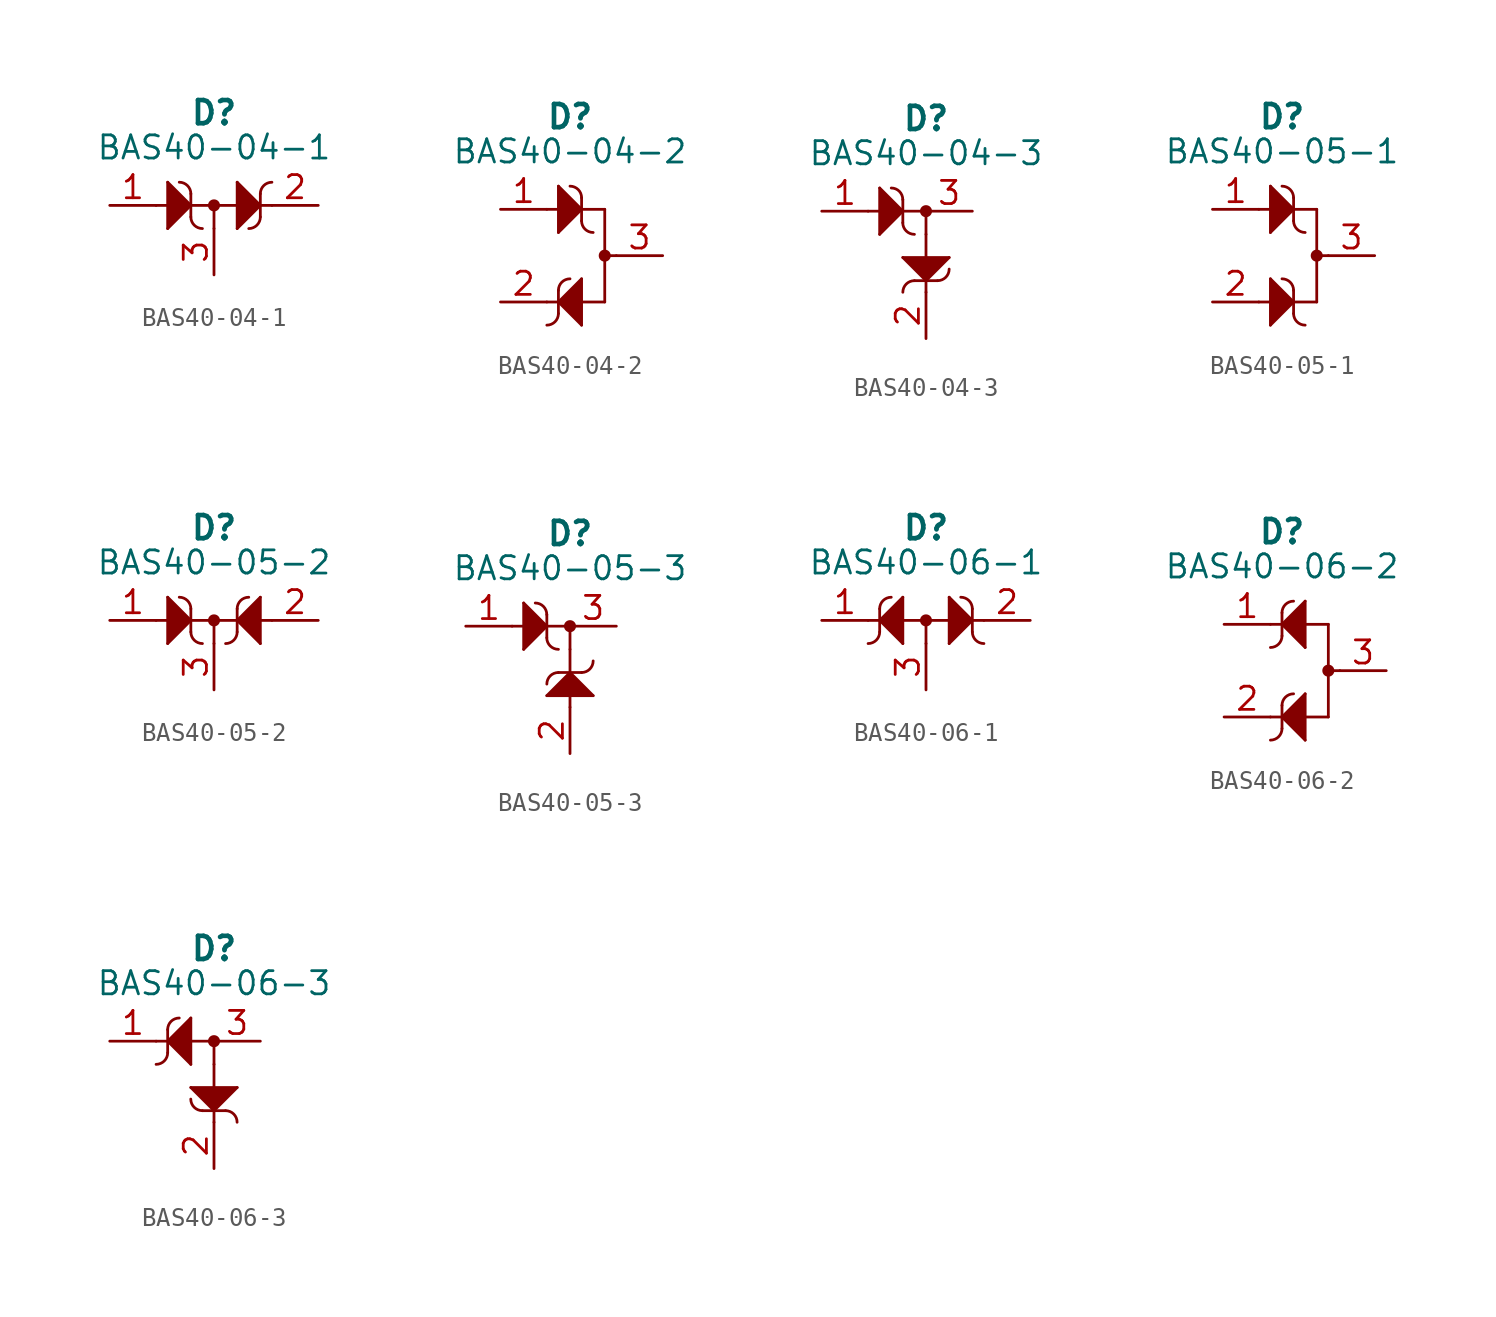
<source format=kicad_sym>
(kicad_symbol_lib
  (version 20231120)
  (generator "kicad_symbol_editor")
  (generator_version "8.0")
  (symbol "BAS40-04-1"
    (pin_names hide)
    (property "Reference" "D"
      (at 0 0 0)
      (effects (font (size 1.27 1.27) (bold yes))))
    (property "Value" "BAS40-04-1"
      (at 0 -1.905 0)
      (effects (font (size 1.27 1.27))))
    (symbol "BAS40-04-1_0_1"
      (arc (start -1.27 -5.715) (mid -1.084 -6.164) (end -0.635 -6.35) (stroke (width 0) (type default)) (fill (type none)))
      (arc (start -1.27 -4.445) (mid -1.456 -3.996) (end -1.905 -3.81) (stroke (width 0) (type default)) (fill (type none)))
      (polyline (pts (xy -3.175 -5.08) (xy -2.54 -5.08)) (stroke (width 0) (type default)) (fill (type none)))
      (polyline (pts (xy -2.54 -3.81) (xy -2.54 -6.35)) (stroke (width 0) (type default)) (fill (type none)))
      (polyline (pts (xy -1.27 -5.08) (xy 0 -5.08)) (stroke (width 0) (type default)) (fill (type none)))
      (polyline (pts (xy -1.27 -4.445) (xy -1.27 -5.715)) (stroke (width 0) (type default)) (fill (type none)))
      (polyline (pts (xy 0 -5.08) (xy 0 -6.35)) (stroke (width 0) (type default)) (fill (type none)))
      (polyline (pts (xy 0 -5.08) (xy 1.27 -5.08)) (stroke (width 0) (type default)) (fill (type none)))
      (polyline (pts (xy 1.27 -6.35) (xy 1.27 -3.81)) (stroke (width 0) (type default)) (fill (type none)))
      (polyline (pts (xy 2.54 -5.715) (xy 2.54 -4.445)) (stroke (width 0) (type default)) (fill (type none)))
      (polyline (pts (xy 2.54 -5.08) (xy 3.175 -5.08)) (stroke (width 0) (type default)) (fill (type none)))
      (arc (start 1.905 -6.35) (mid 2.354 -6.164) (end 2.54 -5.715) (stroke (width 0) (type default)) (fill (type none)))
      (arc (start 3.175 -3.81) (mid 2.726 -3.996) (end 2.54 -4.445) (stroke (width 0) (type default)) (fill (type none))))
    (symbol "BAS40-04-1_1_0"
      (pin passive line (at -5.715 -5.08 0) (length 2.54) (name "A1" (effects (font (size 1.27 1.27)))) (number "1" (effects (font (size 1.27 1.27)))))
      (pin passive line (at 5.715 -5.08 180) (length 2.54) (name "K2" (effects (font (size 1.27 1.27)))) (number "2" (effects (font (size 1.27 1.27)))))
      (pin passive line (at 0 -8.89 90) (length 2.54) (name "AK" (effects (font (size 1.27 1.27)))) (number "3" (effects (font (size 1.27 1.27))))))
    (symbol "BAS40-04-1_1_1"
      (circle (center 0 -5.08) (radius 0.254) (stroke (width 0) (type default)) (fill (type outline)))
      (polyline (pts (xy -2.54 -3.81) (xy -1.27 -5.08) (xy -2.54 -6.35)) (stroke (width 0) (type default)) (fill (type outline)))
      (polyline (pts (xy 1.27 -6.35) (xy 2.54 -5.08) (xy 1.27 -3.81)) (stroke (width 0) (type default)) (fill (type outline)))))
  (symbol "BAS40-04-2"
    (pin_names hide)
    (property "Reference" "D"
      (at 0 0 0)
      (effects (font (size 1.27 1.27) (bold yes))))
    (property "Value" "BAS40-04-2"
      (at 0 -1.905 0)
      (effects (font (size 1.27 1.27))))
    (symbol "BAS40-04-2_0_1"
      (arc (start -1.27 -11.43) (mid -0.821 -11.244) (end -0.635 -10.795) (stroke (width 0) (type default)) (fill (type none)))
      (arc (start 0 -8.89) (mid -0.449 -9.076) (end -0.635 -9.525) (stroke (width 0) (type default)) (fill (type none)))
      (polyline (pts (xy -1.27 -5.08) (xy -0.635 -5.08)) (stroke (width 0) (type default)) (fill (type none)))
      (polyline (pts (xy -0.635 -10.16) (xy -1.27 -10.16)) (stroke (width 0) (type default)) (fill (type none)))
      (polyline (pts (xy -0.635 -9.525) (xy -0.635 -10.795)) (stroke (width 0) (type default)) (fill (type none)))
      (polyline (pts (xy -0.635 -3.81) (xy -0.635 -6.35)) (stroke (width 0) (type default)) (fill (type none)))
      (polyline (pts (xy 0.635 -8.89) (xy 0.635 -11.43)) (stroke (width 0) (type default)) (fill (type none)))
      (polyline (pts (xy 0.635 -5.08) (xy 1.905 -5.08)) (stroke (width 0) (type default)) (fill (type none)))
      (polyline (pts (xy 0.635 -4.445) (xy 0.635 -5.715)) (stroke (width 0) (type default)) (fill (type none)))
      (polyline (pts (xy 1.905 -10.16) (xy 0.635 -10.16)) (stroke (width 0) (type default)) (fill (type none)))
      (polyline (pts (xy 1.905 -5.08) (xy 1.905 -10.16)) (stroke (width 0) (type default)) (fill (type none)))
      (polyline (pts (xy 2.54 -7.62) (xy 1.905 -7.62)) (stroke (width 0) (type default)) (fill (type none)))
      (arc (start 0.635 -5.715) (mid 0.821 -6.164) (end 1.27 -6.35) (stroke (width 0) (type default)) (fill (type none)))
      (arc (start 0.635 -4.445) (mid 0.449 -3.996) (end 0 -3.81) (stroke (width 0) (type default)) (fill (type none))))
    (symbol "BAS40-04-2_1_0"
      (pin passive line (at -3.81 -5.08 0) (length 2.54) (name "A1" (effects (font (size 1.27 1.27)))) (number "1" (effects (font (size 1.27 1.27)))))
      (pin passive line (at -3.81 -10.16 0) (length 2.54) (name "K2" (effects (font (size 1.27 1.27)))) (number "2" (effects (font (size 1.27 1.27)))))
      (pin passive line (at 5.08 -7.62 180) (length 2.54) (name "AK" (effects (font (size 1.27 1.27)))) (number "3" (effects (font (size 1.27 1.27))))))
    (symbol "BAS40-04-2_1_1"
      (polyline (pts (xy -0.635 -3.81) (xy 0.635 -5.08) (xy -0.635 -6.35)) (stroke (width 0) (type default)) (fill (type outline)))
      (polyline (pts (xy 0.635 -8.89) (xy -0.635 -10.16) (xy 0.635 -11.43)) (stroke (width 0) (type default)) (fill (type outline)))
      (circle (center 1.905 -7.62) (radius 0.254) (stroke (width 0) (type default)) (fill (type outline)))))
  (symbol "BAS40-04-3"
    (pin_names hide)
    (property "Reference" "D"
      (at 0 0 0)
      (effects (font (size 1.27 1.27) (bold yes))))
    (property "Value" "BAS40-04-3"
      (at 0 -1.905 0)
      (effects (font (size 1.27 1.27))))
    (symbol "BAS40-04-3_0_1"
      (arc (start -1.27 -5.715) (mid -1.084 -6.164) (end -0.635 -6.35) (stroke (width 0) (type default)) (fill (type none)))
      (arc (start -1.27 -4.445) (mid -1.456 -3.996) (end -1.905 -3.81) (stroke (width 0) (type default)) (fill (type none)))
      (arc (start -0.635 -8.89) (mid -1.084 -9.076) (end -1.27 -9.525) (stroke (width 0) (type default)) (fill (type none)))
      (polyline (pts (xy -3.175 -5.08) (xy -2.54 -5.08)) (stroke (width 0) (type default)) (fill (type none)))
      (polyline (pts (xy -2.54 -3.81) (xy -2.54 -6.35)) (stroke (width 0) (type default)) (fill (type none)))
      (polyline (pts (xy -1.27 -5.08) (xy 0 -5.08)) (stroke (width 0) (type default)) (fill (type none)))
      (polyline (pts (xy -1.27 -4.445) (xy -1.27 -5.715)) (stroke (width 0) (type default)) (fill (type none)))
      (polyline (pts (xy 0 -8.89) (xy 0 -9.525)) (stroke (width 0) (type default)) (fill (type none)))
      (polyline (pts (xy 0 -6.35) (xy 0 -7.62)) (stroke (width 0) (type default)) (fill (type none)))
      (polyline (pts (xy 0 -5.08) (xy 0 -6.35)) (stroke (width 0) (type default)) (fill (type none)))
      (polyline (pts (xy 0.635 -8.89) (xy -0.635 -8.89)) (stroke (width 0) (type default)) (fill (type none)))
      (polyline (pts (xy 1.27 -7.62) (xy -1.27 -7.62)) (stroke (width 0) (type default)) (fill (type none)))
      (arc (start 0.635 -8.89) (mid 1.084 -8.704) (end 1.27 -8.255) (stroke (width 0) (type default)) (fill (type none))))
    (symbol "BAS40-04-3_1_0"
      (pin passive line (at -5.715 -5.08 0) (length 2.54) (name "A1" (effects (font (size 1.27 1.27)))) (number "1" (effects (font (size 1.27 1.27)))))
      (pin passive line (at 0 -12.065 90) (length 2.54) (name "K2" (effects (font (size 1.27 1.27)))) (number "2" (effects (font (size 1.27 1.27)))))
      (pin passive line (at 2.54 -5.08 180) (length 2.54) (name "AK" (effects (font (size 1.27 1.27)))) (number "3" (effects (font (size 1.27 1.27))))))
    (symbol "BAS40-04-3_1_1"
      (circle (center 0 -5.08) (radius 0.254) (stroke (width 0) (type default)) (fill (type outline)))
      (polyline (pts (xy -2.54 -3.81) (xy -1.27 -5.08) (xy -2.54 -6.35)) (stroke (width 0) (type default)) (fill (type outline)))
      (polyline (pts (xy 1.27 -7.62) (xy 0 -8.89) (xy -1.27 -7.62)) (stroke (width 0) (type default)) (fill (type outline)))))
  (symbol "BAS40-05-1"
    (pin_names hide)
    (property "Reference" "D"
      (at 0 0 0)
      (effects (font (size 1.27 1.27) (bold yes))))
    (property "Value" "BAS40-05-1"
      (at 0 -1.905 0)
      (effects (font (size 1.27 1.27))))
    (symbol "BAS40-05-1_0_1"
      (polyline (pts (xy -1.27 -10.16) (xy -0.635 -10.16)) (stroke (width 0) (type default)) (fill (type none)))
      (polyline (pts (xy -1.27 -5.08) (xy -0.635 -5.08)) (stroke (width 0) (type default)) (fill (type none)))
      (polyline (pts (xy -0.635 -8.89) (xy -0.635 -11.43)) (stroke (width 0) (type default)) (fill (type none)))
      (polyline (pts (xy -0.635 -3.81) (xy -0.635 -6.35)) (stroke (width 0) (type default)) (fill (type none)))
      (polyline (pts (xy 0.635 -9.525) (xy 0.635 -10.795)) (stroke (width 0) (type default)) (fill (type none)))
      (polyline (pts (xy 0.635 -5.08) (xy 1.905 -5.08)) (stroke (width 0) (type default)) (fill (type none)))
      (polyline (pts (xy 0.635 -4.445) (xy 0.635 -5.715)) (stroke (width 0) (type default)) (fill (type none)))
      (polyline (pts (xy 1.905 -10.16) (xy 0.635 -10.16)) (stroke (width 0) (type default)) (fill (type none)))
      (polyline (pts (xy 1.905 -5.08) (xy 1.905 -10.16)) (stroke (width 0) (type default)) (fill (type none)))
      (polyline (pts (xy 2.54 -7.62) (xy 1.905 -7.62)) (stroke (width 0) (type default)) (fill (type none)))
      (arc (start 0.635 -10.795) (mid 0.821 -11.244) (end 1.27 -11.43) (stroke (width 0) (type default)) (fill (type none)))
      (arc (start 0.635 -9.525) (mid 0.449 -9.076) (end 0 -8.89) (stroke (width 0) (type default)) (fill (type none)))
      (arc (start 0.635 -5.715) (mid 0.821 -6.164) (end 1.27 -6.35) (stroke (width 0) (type default)) (fill (type none)))
      (arc (start 0.635 -4.445) (mid 0.449 -3.996) (end 0 -3.81) (stroke (width 0) (type default)) (fill (type none))))
    (symbol "BAS40-05-1_1_0"
      (pin passive line (at -3.81 -5.08 0) (length 2.54) (name "A1" (effects (font (size 1.27 1.27)))) (number "1" (effects (font (size 1.27 1.27)))))
      (pin passive line (at -3.81 -10.16 0) (length 2.54) (name "A2" (effects (font (size 1.27 1.27)))) (number "2" (effects (font (size 1.27 1.27)))))
      (pin passive line (at 5.08 -7.62 180) (length 2.54) (name "K" (effects (font (size 1.27 1.27)))) (number "3" (effects (font (size 1.27 1.27))))))
    (symbol "BAS40-05-1_1_1"
      (polyline (pts (xy -0.635 -8.89) (xy 0.635 -10.16) (xy -0.635 -11.43)) (stroke (width 0) (type default)) (fill (type outline)))
      (polyline (pts (xy -0.635 -3.81) (xy 0.635 -5.08) (xy -0.635 -6.35)) (stroke (width 0) (type default)) (fill (type outline)))
      (circle (center 1.905 -7.62) (radius 0.254) (stroke (width 0) (type default)) (fill (type outline)))))
  (symbol "BAS40-05-2"
    (pin_names hide)
    (property "Reference" "D"
      (at 0 0 0)
      (effects (font (size 1.27 1.27) (bold yes))))
    (property "Value" "BAS40-05-2"
      (at 0 -1.905 0)
      (effects (font (size 1.27 1.27))))
    (symbol "BAS40-05-2_0_1"
      (arc (start -1.27 -5.715) (mid -1.084 -6.164) (end -0.635 -6.35) (stroke (width 0) (type default)) (fill (type none)))
      (arc (start -1.27 -4.445) (mid -1.456 -3.996) (end -1.905 -3.81) (stroke (width 0) (type default)) (fill (type none)))
      (polyline (pts (xy -3.175 -5.08) (xy -2.54 -5.08)) (stroke (width 0) (type default)) (fill (type none)))
      (polyline (pts (xy -2.54 -3.81) (xy -2.54 -6.35)) (stroke (width 0) (type default)) (fill (type none)))
      (polyline (pts (xy -1.27 -5.08) (xy 0 -5.08)) (stroke (width 0) (type default)) (fill (type none)))
      (polyline (pts (xy -1.27 -4.445) (xy -1.27 -5.715)) (stroke (width 0) (type default)) (fill (type none)))
      (polyline (pts (xy 0 -5.08) (xy 0 -6.35)) (stroke (width 0) (type default)) (fill (type none)))
      (polyline (pts (xy 0 -5.08) (xy 1.27 -5.08)) (stroke (width 0) (type default)) (fill (type none)))
      (polyline (pts (xy 1.27 -4.445) (xy 1.27 -5.715)) (stroke (width 0) (type default)) (fill (type none)))
      (polyline (pts (xy 2.54 -3.81) (xy 2.54 -6.35)) (stroke (width 0) (type default)) (fill (type none)))
      (polyline (pts (xy 3.175 -5.08) (xy 2.54 -5.08)) (stroke (width 0) (type default)) (fill (type none)))
      (arc (start 0.635 -6.35) (mid 1.084 -6.164) (end 1.27 -5.715) (stroke (width 0) (type default)) (fill (type none)))
      (arc (start 1.905 -3.81) (mid 1.456 -3.996) (end 1.27 -4.445) (stroke (width 0) (type default)) (fill (type none))))
    (symbol "BAS40-05-2_1_0"
      (pin passive line (at -5.715 -5.08 0) (length 2.54) (name "A1" (effects (font (size 1.27 1.27)))) (number "1" (effects (font (size 1.27 1.27)))))
      (pin passive line (at 5.715 -5.08 180) (length 2.54) (name "A2" (effects (font (size 1.27 1.27)))) (number "2" (effects (font (size 1.27 1.27)))))
      (pin passive line (at 0 -8.89 90) (length 2.54) (name "K" (effects (font (size 1.27 1.27)))) (number "3" (effects (font (size 1.27 1.27))))))
    (symbol "BAS40-05-2_1_1"
      (circle (center 0 -5.08) (radius 0.254) (stroke (width 0) (type default)) (fill (type outline)))
      (polyline (pts (xy -2.54 -3.81) (xy -1.27 -5.08) (xy -2.54 -6.35)) (stroke (width 0) (type default)) (fill (type outline)))
      (polyline (pts (xy 2.54 -3.81) (xy 1.27 -5.08) (xy 2.54 -6.35)) (stroke (width 0) (type default)) (fill (type outline)))))
  (symbol "BAS40-05-3"
    (pin_names hide)
    (property "Reference" "D"
      (at 0 0 0)
      (effects (font (size 1.27 1.27) (bold yes))))
    (property "Value" "BAS40-05-3"
      (at 0 -1.905 0)
      (effects (font (size 1.27 1.27))))
    (symbol "BAS40-05-3_0_1"
      (arc (start -1.27 -5.715) (mid -1.084 -6.164) (end -0.635 -6.35) (stroke (width 0) (type default)) (fill (type none)))
      (arc (start -1.27 -4.445) (mid -1.456 -3.996) (end -1.905 -3.81) (stroke (width 0) (type default)) (fill (type none)))
      (arc (start -0.635 -7.62) (mid -1.084 -7.806) (end -1.27 -8.255) (stroke (width 0) (type default)) (fill (type none)))
      (polyline (pts (xy -3.175 -5.08) (xy -2.54 -5.08)) (stroke (width 0) (type default)) (fill (type none)))
      (polyline (pts (xy -2.54 -3.81) (xy -2.54 -6.35)) (stroke (width 0) (type default)) (fill (type none)))
      (polyline (pts (xy -1.27 -8.89) (xy 1.27 -8.89)) (stroke (width 0) (type default)) (fill (type none)))
      (polyline (pts (xy -1.27 -5.08) (xy 0 -5.08)) (stroke (width 0) (type default)) (fill (type none)))
      (polyline (pts (xy -1.27 -4.445) (xy -1.27 -5.715)) (stroke (width 0) (type default)) (fill (type none)))
      (polyline (pts (xy -0.635 -7.62) (xy 0.635 -7.62)) (stroke (width 0) (type default)) (fill (type none)))
      (polyline (pts (xy 0 -9.525) (xy 0 -8.89)) (stroke (width 0) (type default)) (fill (type none)))
      (polyline (pts (xy 0 -6.35) (xy 0 -7.62)) (stroke (width 0) (type default)) (fill (type none)))
      (polyline (pts (xy 0 -5.08) (xy 0 -6.35)) (stroke (width 0) (type default)) (fill (type none)))
      (arc (start 0.635 -7.62) (mid 1.084 -7.434) (end 1.27 -6.985) (stroke (width 0) (type default)) (fill (type none))))
    (symbol "BAS40-05-3_1_0"
      (pin passive line (at -5.715 -5.08 0) (length 2.54) (name "A1" (effects (font (size 1.27 1.27)))) (number "1" (effects (font (size 1.27 1.27)))))
      (pin passive line (at 0 -12.065 90) (length 2.54) (name "A2" (effects (font (size 1.27 1.27)))) (number "2" (effects (font (size 1.27 1.27)))))
      (pin passive line (at 2.54 -5.08 180) (length 2.54) (name "K" (effects (font (size 1.27 1.27)))) (number "3" (effects (font (size 1.27 1.27))))))
    (symbol "BAS40-05-3_1_1"
      (circle (center 0 -5.08) (radius 0.254) (stroke (width 0) (type default)) (fill (type outline)))
      (polyline (pts (xy -2.54 -3.81) (xy -1.27 -5.08) (xy -2.54 -6.35)) (stroke (width 0) (type default)) (fill (type outline)))
      (polyline (pts (xy -1.27 -8.89) (xy 0 -7.62) (xy 1.27 -8.89)) (stroke (width 0) (type default)) (fill (type outline)))))
  (symbol "BAS40-06-1"
    (pin_names hide)
    (property "Reference" "D"
      (at 0 0 0)
      (effects (font (size 1.27 1.27) (bold yes))))
    (property "Value" "BAS40-06-1"
      (at 0 -1.905 0)
      (effects (font (size 1.27 1.27))))
    (symbol "BAS40-06-1_0_1"
      (arc (start -3.175 -6.35) (mid -2.726 -6.164) (end -2.54 -5.715) (stroke (width 0) (type default)) (fill (type none)))
      (arc (start -1.905 -3.81) (mid -2.354 -3.996) (end -2.54 -4.445) (stroke (width 0) (type default)) (fill (type none)))
      (polyline (pts (xy -3.175 -5.08) (xy -2.54 -5.08)) (stroke (width 0) (type default)) (fill (type none)))
      (polyline (pts (xy -2.54 -4.445) (xy -2.54 -5.715)) (stroke (width 0) (type default)) (fill (type none)))
      (polyline (pts (xy -1.27 -5.08) (xy 0 -5.08)) (stroke (width 0) (type default)) (fill (type none)))
      (polyline (pts (xy -1.27 -3.81) (xy -1.27 -6.35)) (stroke (width 0) (type default)) (fill (type none)))
      (polyline (pts (xy 0 -5.08) (xy 0 -6.35)) (stroke (width 0) (type default)) (fill (type none)))
      (polyline (pts (xy 0 -5.08) (xy 1.27 -5.08)) (stroke (width 0) (type default)) (fill (type none)))
      (polyline (pts (xy 1.27 -3.81) (xy 1.27 -6.35)) (stroke (width 0) (type default)) (fill (type none)))
      (polyline (pts (xy 2.54 -4.445) (xy 2.54 -5.715)) (stroke (width 0) (type default)) (fill (type none)))
      (polyline (pts (xy 3.175 -5.08) (xy 2.54 -5.08)) (stroke (width 0) (type default)) (fill (type none)))
      (arc (start 2.54 -5.715) (mid 2.726 -6.164) (end 3.175 -6.35) (stroke (width 0) (type default)) (fill (type none)))
      (arc (start 2.54 -4.445) (mid 2.354 -3.996) (end 1.905 -3.81) (stroke (width 0) (type default)) (fill (type none))))
    (symbol "BAS40-06-1_1_0"
      (pin passive line (at -5.715 -5.08 0) (length 2.54) (name "K1" (effects (font (size 1.27 1.27)))) (number "1" (effects (font (size 1.27 1.27)))))
      (pin passive line (at 5.715 -5.08 180) (length 2.54) (name "K2" (effects (font (size 1.27 1.27)))) (number "2" (effects (font (size 1.27 1.27)))))
      (pin passive line (at 0 -8.89 90) (length 2.54) (name "A" (effects (font (size 1.27 1.27)))) (number "3" (effects (font (size 1.27 1.27))))))
    (symbol "BAS40-06-1_1_1"
      (circle (center 0 -5.08) (radius 0.254) (stroke (width 0) (type default)) (fill (type outline)))
      (polyline (pts (xy -1.27 -3.81) (xy -2.54 -5.08) (xy -1.27 -6.35)) (stroke (width 0) (type default)) (fill (type outline)))
      (polyline (pts (xy 1.27 -3.81) (xy 2.54 -5.08) (xy 1.27 -6.35)) (stroke (width 0) (type default)) (fill (type outline)))))
  (symbol "BAS40-06-2"
    (pin_names hide)
    (property "Reference" "D"
      (at 0 0 0)
      (effects (font (size 1.27 1.27) (bold yes))))
    (property "Value" "BAS40-06-2"
      (at 0 -1.905 0)
      (effects (font (size 1.27 1.27))))
    (symbol "BAS40-06-2_0_1"
      (arc (start -0.635 -11.43) (mid -0.186 -11.244) (end 0 -10.795) (stroke (width 0) (type default)) (fill (type none)))
      (arc (start -0.635 -6.35) (mid -0.186 -6.164) (end 0 -5.715) (stroke (width 0) (type default)) (fill (type none)))
      (polyline (pts (xy -0.635 -5.08) (xy 0 -5.08)) (stroke (width 0) (type default)) (fill (type none)))
      (polyline (pts (xy 0 -10.16) (xy -0.635 -10.16)) (stroke (width 0) (type default)) (fill (type none)))
      (polyline (pts (xy 0 -9.525) (xy 0 -10.795)) (stroke (width 0) (type default)) (fill (type none)))
      (polyline (pts (xy 0 -4.445) (xy 0 -5.715)) (stroke (width 0) (type default)) (fill (type none)))
      (polyline (pts (xy 1.27 -8.89) (xy 1.27 -11.43)) (stroke (width 0) (type default)) (fill (type none)))
      (polyline (pts (xy 1.27 -5.08) (xy 2.54 -5.08)) (stroke (width 0) (type default)) (fill (type none)))
      (polyline (pts (xy 1.27 -3.81) (xy 1.27 -6.35)) (stroke (width 0) (type default)) (fill (type none)))
      (polyline (pts (xy 2.54 -10.16) (xy 1.27 -10.16)) (stroke (width 0) (type default)) (fill (type none)))
      (polyline (pts (xy 2.54 -5.08) (xy 2.54 -10.16)) (stroke (width 0) (type default)) (fill (type none)))
      (polyline (pts (xy 3.175 -7.62) (xy 2.54 -7.62)) (stroke (width 0) (type default)) (fill (type none)))
      (arc (start 0.635 -8.89) (mid 0.186 -9.076) (end 0 -9.525) (stroke (width 0) (type default)) (fill (type none)))
      (arc (start 0.635 -3.81) (mid 0.186 -3.996) (end 0 -4.445) (stroke (width 0) (type default)) (fill (type none))))
    (symbol "BAS40-06-2_1_0"
      (pin passive line (at -3.175 -5.08 0) (length 2.54) (name "K1" (effects (font (size 1.27 1.27)))) (number "1" (effects (font (size 1.27 1.27)))))
      (pin passive line (at -3.175 -10.16 0) (length 2.54) (name "K2" (effects (font (size 1.27 1.27)))) (number "2" (effects (font (size 1.27 1.27)))))
      (pin passive line (at 5.715 -7.62 180) (length 2.54) (name "A" (effects (font (size 1.27 1.27)))) (number "3" (effects (font (size 1.27 1.27))))))
    (symbol "BAS40-06-2_1_1"
      (polyline (pts (xy 1.27 -8.89) (xy 0 -10.16) (xy 1.27 -11.43)) (stroke (width 0) (type default)) (fill (type outline)))
      (polyline (pts (xy 1.27 -3.81) (xy 0 -5.08) (xy 1.27 -6.35)) (stroke (width 0) (type default)) (fill (type outline)))
      (circle (center 2.54 -7.62) (radius 0.254) (stroke (width 0) (type default)) (fill (type outline)))))
  (symbol "BAS40-06-3"
    (pin_names hide)
    (property "Reference" "D"
      (at 0 0 0)
      (effects (font (size 1.27 1.27) (bold yes))))
    (property "Value" "BAS40-06-3"
      (at 0 -1.905 0)
      (effects (font (size 1.27 1.27))))
    (symbol "BAS40-06-3_0_1"
      (arc (start -3.175 -6.35) (mid -2.726 -6.164) (end -2.54 -5.715) (stroke (width 0) (type default)) (fill (type none)))
      (arc (start -1.905 -3.81) (mid -2.354 -3.996) (end -2.54 -4.445) (stroke (width 0) (type default)) (fill (type none)))
      (arc (start -1.27 -8.255) (mid -1.084 -8.704) (end -0.635 -8.89) (stroke (width 0) (type default)) (fill (type none)))
      (polyline (pts (xy -3.175 -5.08) (xy -2.54 -5.08)) (stroke (width 0) (type default)) (fill (type none)))
      (polyline (pts (xy -2.54 -4.445) (xy -2.54 -5.715)) (stroke (width 0) (type default)) (fill (type none)))
      (polyline (pts (xy -1.27 -7.62) (xy 1.27 -7.62)) (stroke (width 0) (type default)) (fill (type none)))
      (polyline (pts (xy -1.27 -5.08) (xy 0 -5.08)) (stroke (width 0) (type default)) (fill (type none)))
      (polyline (pts (xy -1.27 -3.81) (xy -1.27 -6.35)) (stroke (width 0) (type default)) (fill (type none)))
      (polyline (pts (xy -0.635 -8.89) (xy 0.635 -8.89)) (stroke (width 0) (type default)) (fill (type none)))
      (polyline (pts (xy 0 -9.525) (xy 0 -8.89)) (stroke (width 0) (type default)) (fill (type none)))
      (polyline (pts (xy 0 -6.35) (xy 0 -7.62)) (stroke (width 0) (type default)) (fill (type none)))
      (polyline (pts (xy 0 -5.08) (xy 0 -6.35)) (stroke (width 0) (type default)) (fill (type none)))
      (arc (start 1.27 -9.525) (mid 1.084 -9.076) (end 0.635 -8.89) (stroke (width 0) (type default)) (fill (type none))))
    (symbol "BAS40-06-3_1_0"
      (pin passive line (at -5.715 -5.08 0) (length 2.54) (name "K1" (effects (font (size 1.27 1.27)))) (number "1" (effects (font (size 1.27 1.27)))))
      (pin passive line (at 0 -12.065 90) (length 2.54) (name "K2" (effects (font (size 1.27 1.27)))) (number "2" (effects (font (size 1.27 1.27)))))
      (pin passive line (at 2.54 -5.08 180) (length 2.54) (name "A" (effects (font (size 1.27 1.27)))) (number "3" (effects (font (size 1.27 1.27))))))
    (symbol "BAS40-06-3_1_1"
      (circle (center 0 -5.08) (radius 0.254) (stroke (width 0) (type default)) (fill (type outline)))
      (polyline (pts (xy -1.27 -7.62) (xy 0 -8.89) (xy 1.27 -7.62)) (stroke (width 0) (type default)) (fill (type outline)))
      (polyline (pts (xy -1.27 -3.81) (xy -2.54 -5.08) (xy -1.27 -6.35)) (stroke (width 0) (type default)) (fill (type outline))))))
</source>
